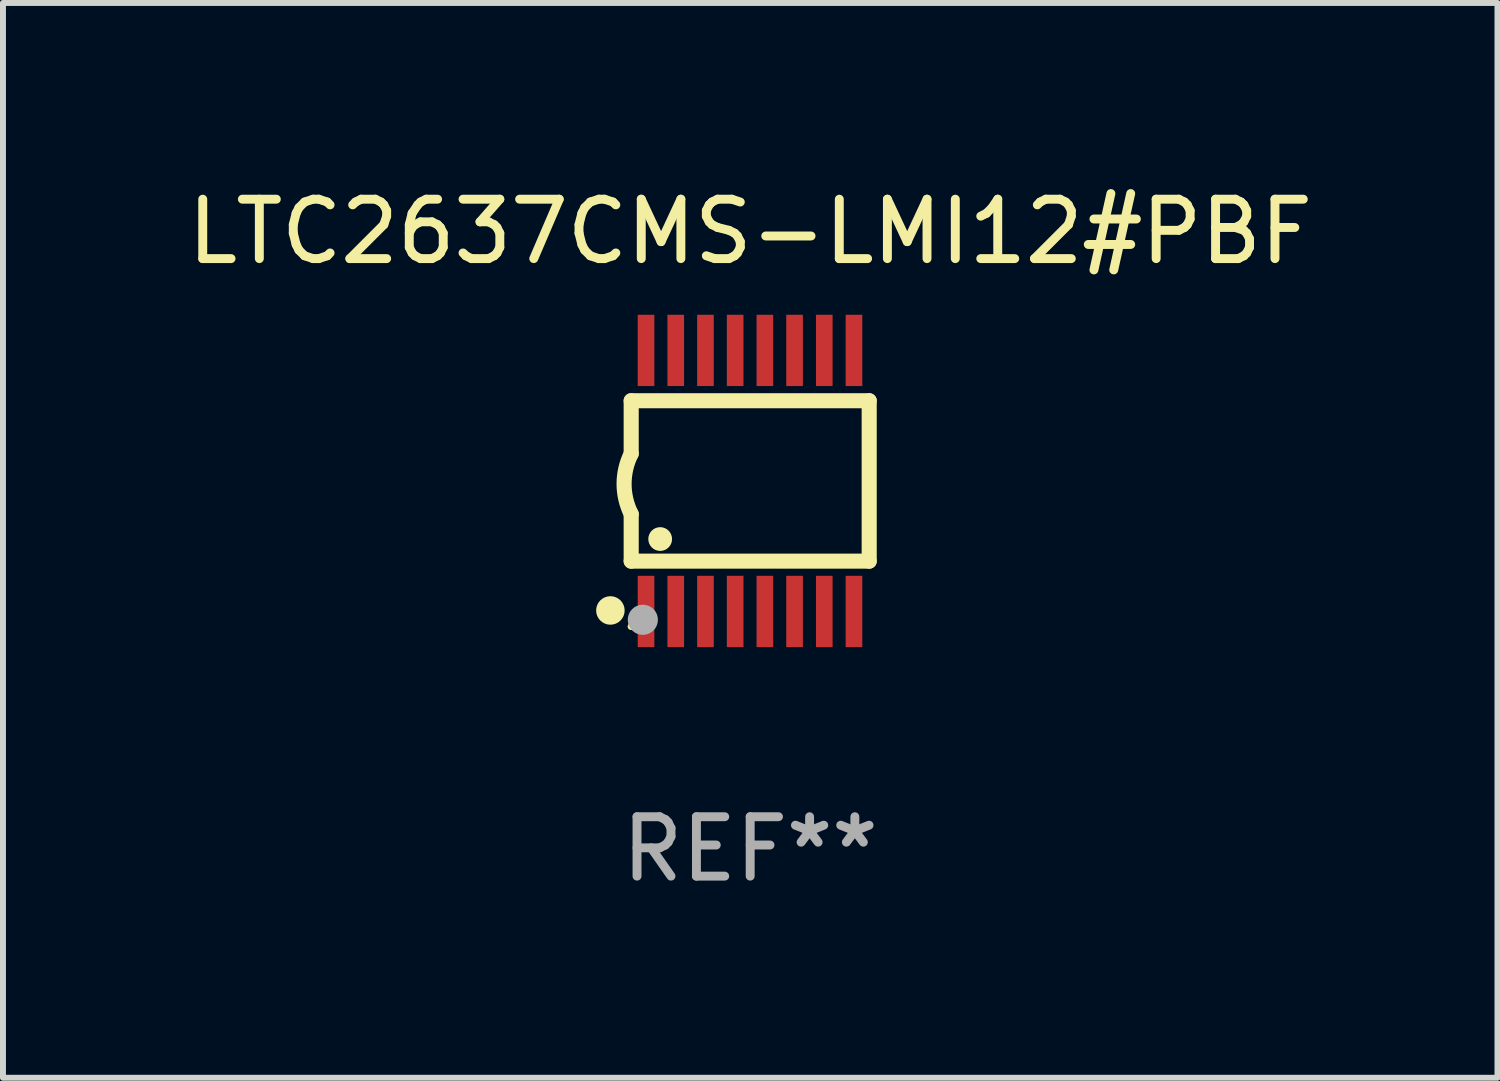
<source format=kicad_pcb>
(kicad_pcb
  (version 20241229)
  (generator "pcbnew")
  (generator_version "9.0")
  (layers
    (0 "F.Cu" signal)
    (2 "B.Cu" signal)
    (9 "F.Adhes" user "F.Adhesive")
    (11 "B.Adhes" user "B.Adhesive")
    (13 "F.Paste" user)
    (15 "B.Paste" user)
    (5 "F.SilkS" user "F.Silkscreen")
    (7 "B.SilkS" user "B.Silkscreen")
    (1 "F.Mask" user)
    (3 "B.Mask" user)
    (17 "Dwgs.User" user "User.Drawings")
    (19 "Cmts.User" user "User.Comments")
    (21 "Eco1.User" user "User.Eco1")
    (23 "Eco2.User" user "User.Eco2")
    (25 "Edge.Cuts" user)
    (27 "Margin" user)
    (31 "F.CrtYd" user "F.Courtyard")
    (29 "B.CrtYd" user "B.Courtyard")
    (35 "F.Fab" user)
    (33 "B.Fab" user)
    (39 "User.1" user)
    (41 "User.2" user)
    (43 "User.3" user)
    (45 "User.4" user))
  (footprint "LTC2637CMS-LMI12#PBF"
    (layer "F.Cu")
    (at 9.577 5.045)
    (property "Reference" "LTC2637CMS-LMI12#PBF" (at 0 -4.197 0) (layer "F.SilkS") (effects (font (size 1 1) (thickness 0.15))))
    (attr through_hole)
    (fp_line (start -2.003 -1.35) (end -2.003 -0.457) (stroke (width 0.254) (type solid)) (layer "F.SilkS"))
    (fp_line (start -2.003 -1.35) (end 2.003 -1.35) (stroke (width 0.254) (type solid)) (layer "F.SilkS"))
    (fp_line (start -2.003 1.35) (end -2.003 0.559) (stroke (width 0.254) (type solid)) (layer "F.SilkS"))
    (fp_line (start -2.003 1.35) (end 2.003 1.35) (stroke (width 0.254) (type solid)) (layer "F.SilkS"))
    (fp_line (start 2.003 -1.35) (end 2.003 1.35) (stroke (width 0.254) (type solid)) (layer "F.SilkS"))
    (fp_arc (start -2.002286 0.558802) (mid -2.122556 0.05092) (end -2.003302 -0.457201) (stroke (width 0.254001) (type solid)) (layer "F.SilkS"))
    (fp_circle (center -2.353 2.18) (end -2.233 2.18) (stroke (width 0.24) (type solid)) (fill no) (layer "F.SilkS"))
    (fp_circle (center -2.003 2.45) (end -1.973 2.45) (stroke (width 0.06) (type solid)) (fill no) (layer "F.SilkS"))
    (fp_circle (center -1.515 0.978) (end -1.415 0.978) (stroke (width 0.2) (type solid)) (fill no) (layer "F.SilkS"))
    (fp_circle (center -1.807 2.337) (end -1.68 2.337) (stroke (width 0.254) (type solid)) (fill no) (layer "F.Fab"))
    (fp_text user "REF**" (at 0 6.197 0) (layer "F.Fab") (effects (font (size 1 1) (thickness 0.15))))
    (pad "1" smd rect (at -1.753 2.197 90) (size 1.2 0.28) (layers "F.Cu" "F.Mask" "F.Paste"))
    (pad "2" smd rect (at -1.253 2.197 90) (size 1.2 0.28) (layers "F.Cu" "F.Mask" "F.Paste"))
    (pad "3" smd rect (at -0.753 2.197 90) (size 1.2 0.28) (layers "F.Cu" "F.Mask" "F.Paste"))
    (pad "4" smd rect (at -0.253 2.197 90) (size 1.2 0.28) (layers "F.Cu" "F.Mask" "F.Paste"))
    (pad "5" smd rect (at 0.247 2.197 90) (size 1.2 0.28) (layers "F.Cu" "F.Mask" "F.Paste"))
    (pad "6" smd rect (at 0.747 2.197 90) (size 1.2 0.28) (layers "F.Cu" "F.Mask" "F.Paste"))
    (pad "7" smd rect (at 1.247 2.197 90) (size 1.2 0.28) (layers "F.Cu" "F.Mask" "F.Paste"))
    (pad "8" smd rect (at 1.747 2.197 90) (size 1.2 0.28) (layers "F.Cu" "F.Mask" "F.Paste"))
    (pad "9" smd rect (at 1.747 -2.197 90) (size 1.2 0.28) (layers "F.Cu" "F.Mask" "F.Paste"))
    (pad "10" smd rect (at 1.247 -2.197 90) (size 1.2 0.28) (layers "F.Cu" "F.Mask" "F.Paste"))
    (pad "11" smd rect (at 0.747 -2.197 90) (size 1.2 0.28) (layers "F.Cu" "F.Mask" "F.Paste"))
    (pad "12" smd rect (at 0.247 -2.197 90) (size 1.2 0.28) (layers "F.Cu" "F.Mask" "F.Paste"))
    (pad "13" smd rect (at -0.253 -2.197 90) (size 1.2 0.28) (layers "F.Cu" "F.Mask" "F.Paste"))
    (pad "14" smd rect (at -0.753 -2.197 90) (size 1.2 0.28) (layers "F.Cu" "F.Mask" "F.Paste"))
    (pad "15" smd rect (at -1.253 -2.197 90) (size 1.2 0.28) (layers "F.Cu" "F.Mask" "F.Paste"))
    (pad "16" smd rect (at -1.753 -2.197 90) (size 1.2 0.28) (layers "F.Cu" "F.Mask" "F.Paste")))
  (gr_rect
    (start -3 -3)
    (end 22.155 15.091)
    (stroke (width 0.1) (type default))
    (fill no)
    (layer "Edge.Cuts")))
</source>
